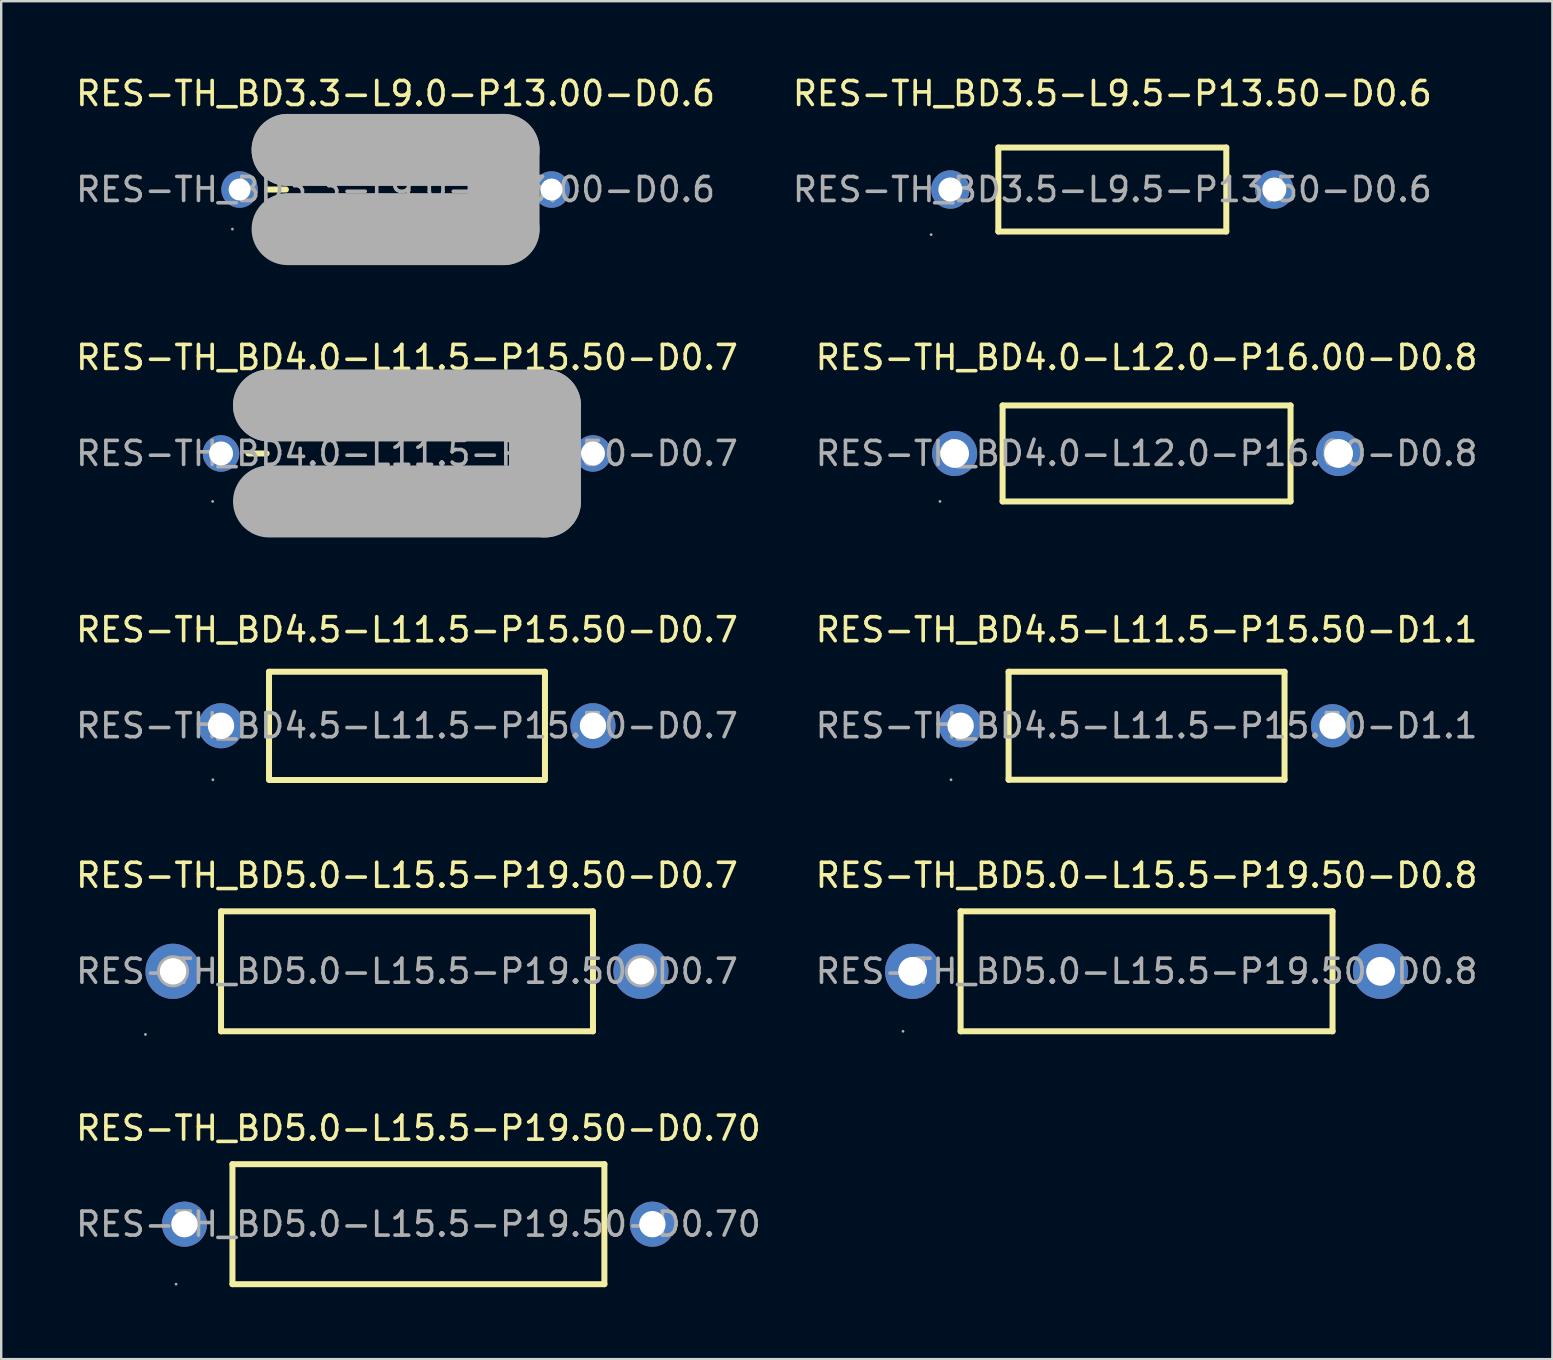
<source format=kicad_pcb>
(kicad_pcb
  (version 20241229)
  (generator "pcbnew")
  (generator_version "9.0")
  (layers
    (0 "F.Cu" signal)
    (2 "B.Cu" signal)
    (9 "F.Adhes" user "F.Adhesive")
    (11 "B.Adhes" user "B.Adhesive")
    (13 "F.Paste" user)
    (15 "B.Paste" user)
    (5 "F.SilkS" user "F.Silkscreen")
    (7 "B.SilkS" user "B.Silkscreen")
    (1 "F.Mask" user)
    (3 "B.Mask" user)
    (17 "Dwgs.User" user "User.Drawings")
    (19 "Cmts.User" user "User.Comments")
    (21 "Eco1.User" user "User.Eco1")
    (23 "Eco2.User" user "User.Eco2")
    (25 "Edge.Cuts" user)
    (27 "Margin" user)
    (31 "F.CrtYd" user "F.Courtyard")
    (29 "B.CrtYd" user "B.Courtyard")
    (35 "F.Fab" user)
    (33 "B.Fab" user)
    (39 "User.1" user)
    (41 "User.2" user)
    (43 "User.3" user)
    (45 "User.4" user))
  (footprint "RES-TH_BD4.5-L11.5-P15.50-D0.7"
    (layer "F.Cu")
    (at 13.911 27.195)
    (property "Reference" "RES-TH_BD4.5-L11.5-P15.50-D0.7" (at 0 -4 0) (layer "F.SilkS") (effects (font (size 1 1) (thickness 0.15))))
    (attr through_hole)
    (fp_line (start -5.75 -2.25) (end 5.75 -2.25) (stroke (width 0.25) (type solid)) (layer "F.SilkS"))
    (fp_line (start -5.75 2.25) (end -5.75 -2.25) (stroke (width 0.25) (type solid)) (layer "F.SilkS"))
    (fp_line (start 5.74 2.26) (end -5.74 2.26) (stroke (width 0.25) (type solid)) (layer "F.SilkS"))
    (fp_line (start 5.75 -2.25) (end 5.75 2.25) (stroke (width 0.25) (type solid)) (layer "F.SilkS"))
    (fp_circle (center -8.09 2.25) (end -8.06 2.25) (stroke (width 0.06) (type solid)) (fill no) (layer "F.Fab"))
    (fp_circle (center -7.75 0) (end -7.58 0) (stroke (width 0.34) (type solid)) (fill no) (layer "F.Fab"))
    (fp_circle (center 7.75 0) (end 7.92 0) (stroke (width 0.34) (type solid)) (fill no) (layer "F.Fab"))
    (fp_text user "${REFERENCE}" (at 0 0 0) (layer "F.Fab") (effects (font (size 1 1) (thickness 0.15))))
    (pad "1" thru_hole circle (at -7.75 0) (size 1.88 1.88) (drill 1.1) (layers "*.Cu" "*.Paste" "*.Mask"))
    (pad "2" thru_hole circle (at 7.75 0) (size 1.88 1.88) (drill 1.1) (layers "*.Cu" "*.Paste" "*.Mask")))
  (footprint "RES-TH_BD3.5-L9.5-P13.50-D0.6"
    (layer "F.Cu")
    (at 43.304 4.848)
    (property "Reference" "RES-TH_BD3.5-L9.5-P13.50-D0.6" (at 0 -4 0) (layer "F.SilkS") (effects (font (size 1 1) (thickness 0.15))))
    (attr through_hole)
    (fp_line (start -4.75 -1.75) (end 4.75 -1.75) (stroke (width 0.25) (type solid)) (layer "F.SilkS"))
    (fp_line (start -4.75 1.75) (end -4.75 -1.75) (stroke (width 0.25) (type solid)) (layer "F.SilkS"))
    (fp_line (start 4.75 1.75) (end -4.75 1.75) (stroke (width 0.25) (type solid)) (layer "F.SilkS"))
    (fp_line (start 4.75 1.75) (end 4.75 -1.75) (stroke (width 0.25) (type solid)) (layer "F.SilkS"))
    (fp_circle (center -7.55 1.88) (end -7.52 1.88) (stroke (width 0.06) (type solid)) (fill no) (layer "F.Fab"))
    (fp_circle (center -6.75 0) (end -6.55 0) (stroke (width 0.4) (type solid)) (fill no) (layer "F.Fab"))
    (fp_circle (center 6.75 0) (end 6.95 0) (stroke (width 0.4) (type solid)) (fill no) (layer "F.Fab"))
    (fp_text user "${REFERENCE}" (at 0 0 0) (layer "F.Fab") (effects (font (size 1 1) (thickness 0.15))))
    (pad "1" thru_hole circle (at -6.75 0) (size 1.6 1.6) (drill 1) (layers "*.Cu" "*.Paste" "*.Mask"))
    (pad "2" thru_hole circle (at 6.75 0) (size 1.6 1.6) (drill 1) (layers "*.Cu" "*.Paste" "*.Mask")))
  (footprint "RES-TH_BD4.0-L11.5-P15.50-D0.7"
    (layer "F.Cu")
    (at 13.911 15.847)
    (property "Reference" "RES-TH_BD4.0-L11.5-P15.50-D0.7" (at 0 -4 0) (layer "F.SilkS") (effects (font (size 1 1) (thickness 0.15))))
    (attr through_hole)
    (fp_line (start -5.85 0) (end -6.61 0) (stroke (width 0.25) (type solid)) (layer "F.SilkS"))
    (fp_line (start 5.84 0) (end 6.6 0) (stroke (width 0.25) (type solid)) (layer "F.SilkS"))
    (fp_line (start -5.75 -2) (end -5.75 -2) (stroke (width 3) (type solid)) (layer "F.Fab"))
    (fp_line (start -5.75 -2) (end 5.75 -2) (stroke (width 3) (type solid)) (layer "F.Fab"))
    (fp_line (start 5.75 -2) (end 5.75 2) (stroke (width 3) (type solid)) (layer "F.Fab"))
    (fp_line (start 5.75 2) (end -5.75 2) (stroke (width 3) (type solid)) (layer "F.Fab"))
    (fp_circle (center -8.1 2) (end -8.07 2) (stroke (width 0.06) (type solid)) (fill no) (layer "F.Fab"))
    (fp_circle (center -7.75 0) (end -7.57 0) (stroke (width 0.35) (type solid)) (fill no) (layer "F.Fab"))
    (fp_circle (center 7.75 0) (end 7.93 0) (stroke (width 0.35) (type solid)) (fill no) (layer "F.Fab"))
    (fp_text user "${REFERENCE}" (at 0 0 0) (layer "F.Fab") (effects (font (size 1 1) (thickness 0.15))))
    (pad "1" thru_hole circle (at -7.75 0) (size 1.52 1.52) (drill 1) (layers "*.Cu" "*.Paste" "*.Mask"))
    (pad "2" thru_hole circle (at 7.75 0) (size 1.52 1.52) (drill 1) (layers "*.Cu" "*.Paste" "*.Mask")))
  (footprint "RES-TH_BD4.5-L11.5-P15.50-D1.1"
    (layer "F.Cu")
    (at 44.732 27.195)
    (property "Reference" "RES-TH_BD4.5-L11.5-P15.50-D1.1" (at 0 -4 0) (layer "F.SilkS") (effects (font (size 1 1) (thickness 0.15))))
    (attr through_hole)
    (fp_line (start -5.75 -2.25) (end 5.75 -2.25) (stroke (width 0.25) (type solid)) (layer "F.SilkS"))
    (fp_line (start -5.75 2.25) (end -5.75 -2.25) (stroke (width 0.25) (type solid)) (layer "F.SilkS"))
    (fp_line (start -5.75 2.25) (end 5.75 2.25) (stroke (width 0.25) (type solid)) (layer "F.SilkS"))
    (fp_line (start 5.75 2.25) (end 5.75 -2.25) (stroke (width 0.25) (type solid)) (layer "F.SilkS"))
    (fp_circle (center -8.15 2.25) (end -8.12 2.25) (stroke (width 0.06) (type solid)) (fill no) (layer "F.Fab"))
    (fp_circle (center -7.75 0) (end -7.55 0) (stroke (width 0.4) (type solid)) (fill no) (layer "F.Fab"))
    (fp_circle (center 7.75 0) (end 7.95 0) (stroke (width 0.4) (type solid)) (fill no) (layer "F.Fab"))
    (fp_text user "${REFERENCE}" (at 0 0 0) (layer "F.Fab") (effects (font (size 1 1) (thickness 0.15))))
    (pad "1" thru_hole circle (at -7.75 0) (size 1.8 1.8) (drill 1.1) (layers "*.Cu" "*.Paste" "*.Mask"))
    (pad "2" thru_hole circle (at 7.75 0) (size 1.8 1.8) (drill 1.1) (layers "*.Cu" "*.Paste" "*.Mask")))
  (footprint "RES-TH_BD3.3-L9.0-P13.00-D0.6"
    (layer "F.Cu")
    (at 13.435 4.848)
    (property "Reference" "RES-TH_BD3.3-L9.0-P13.00-D0.6" (at 0 -4 0) (layer "F.SilkS") (effects (font (size 1 1) (thickness 0.15))))
    (attr through_hole)
    (fp_line (start -4.57 0) (end -5.34 0) (stroke (width 0.25) (type solid)) (layer "F.SilkS"))
    (fp_line (start 4.57 0) (end 5.33 0) (stroke (width 0.25) (type solid)) (layer "F.SilkS"))
    (fp_line (start -4.5 -1.65) (end -4.5 -1.65) (stroke (width 3) (type solid)) (layer "F.Fab"))
    (fp_line (start -4.5 -1.65) (end 4.5 -1.65) (stroke (width 3) (type solid)) (layer "F.Fab"))
    (fp_line (start 4.5 -1.65) (end 4.5 1.65) (stroke (width 3) (type solid)) (layer "F.Fab"))
    (fp_line (start 4.5 1.65) (end -4.5 1.65) (stroke (width 3) (type solid)) (layer "F.Fab"))
    (fp_circle (center -6.8 1.65) (end -6.77 1.65) (stroke (width 0.06) (type solid)) (fill no) (layer "F.Fab"))
    (fp_circle (center -6.5 0) (end -6.35 0) (stroke (width 0.3) (type solid)) (fill no) (layer "F.Fab"))
    (fp_circle (center 6.5 0) (end 6.65 0) (stroke (width 0.3) (type solid)) (fill no) (layer "F.Fab"))
    (fp_text user "${REFERENCE}" (at 0 0 0) (layer "F.Fab") (effects (font (size 1 1) (thickness 0.15))))
    (pad "1" thru_hole circle (at -6.5 0) (size 1.52 1.52) (drill 0.914) (layers "*.Cu" "*.Paste" "*.Mask"))
    (pad "2" thru_hole circle (at 6.5 0) (size 1.52 1.52) (drill 0.914) (layers "*.Cu" "*.Paste" "*.Mask")))
  (footprint "RES-TH_BD4.0-L12.0-P16.00-D0.8"
    (layer "F.Cu")
    (at 44.732 15.847)
    (property "Reference" "RES-TH_BD4.0-L12.0-P16.00-D0.8" (at 0 -4 0) (layer "F.SilkS") (effects (font (size 1 1) (thickness 0.15))))
    (attr through_hole)
    (fp_line (start -6 -2) (end 6 -2) (stroke (width 0.25) (type solid)) (layer "F.SilkS"))
    (fp_line (start -6 2) (end -6 -2) (stroke (width 0.25) (type solid)) (layer "F.SilkS"))
    (fp_line (start 6 -2) (end 6 2) (stroke (width 0.25) (type solid)) (layer "F.SilkS"))
    (fp_line (start 6 2) (end -6 2) (stroke (width 0.25) (type solid)) (layer "F.SilkS"))
    (fp_circle (center -8.61 2) (end -8.58 2) (stroke (width 0.06) (type solid)) (fill no) (layer "F.Fab"))
    (fp_circle (center -8.2 0) (end -8 0) (stroke (width 0.4) (type solid)) (fill no) (layer "F.Fab"))
    (fp_circle (center 8.2 0) (end 8.4 0) (stroke (width 0.4) (type solid)) (fill no) (layer "F.Fab"))
    (fp_text user "${REFERENCE}" (at 0 0 0) (layer "F.Fab") (effects (font (size 1 1) (thickness 0.15))))
    (pad "1" thru_hole circle (at -8 0) (size 1.88 1.88) (drill 1.2) (layers "*.Cu" "*.Paste" "*.Mask"))
    (pad "2" thru_hole circle (at 8 0) (size 1.88 1.88) (drill 1.2) (layers "*.Cu" "*.Paste" "*.Mask")))
  (footprint "RES-TH_BD5.0-L15.5-P19.50-D0.7"
    (layer "F.Cu")
    (at 13.911 37.428)
    (property "Reference" "RES-TH_BD5.0-L15.5-P19.50-D0.7" (at 0 -4 0) (layer "F.SilkS") (effects (font (size 1 1) (thickness 0.15))))
    (attr through_hole)
    (fp_line (start -7.75 -2.5) (end -7.75 2.5) (stroke (width 0.25) (type solid)) (layer "F.SilkS"))
    (fp_line (start -7.75 -2.5) (end 7.75 -2.5) (stroke (width 0.25) (type solid)) (layer "F.SilkS"))
    (fp_line (start -7.75 2.5) (end 7.75 2.5) (stroke (width 0.25) (type solid)) (layer "F.SilkS"))
    (fp_line (start 7.75 -2.5) (end 7.75 2.5) (stroke (width 0.25) (type solid)) (layer "F.SilkS"))
    (fp_circle (center -10.9 2.63) (end -10.87 2.63) (stroke (width 0.06) (type solid)) (fill no) (layer "F.Fab"))
    (fp_circle (center -9.75 0) (end -9.53 0) (stroke (width 0.45) (type solid)) (fill no) (layer "F.Fab"))
    (fp_circle (center 9.75 0) (end 9.97 0) (stroke (width 0.45) (type solid)) (fill no) (layer "F.Fab"))
    (fp_text user "${REFERENCE}" (at 0 0 0) (layer "F.Fab") (effects (font (size 1 1) (thickness 0.15))))
    (pad "1" thru_hole circle (at -9.75 0) (size 2.3 2.3) (drill 1.1) (layers "*.Cu" "*.Paste" "*.Mask"))
    (pad "2" thru_hole circle (at 9.75 0) (size 2.3 2.3) (drill 1.1) (layers "*.Cu" "*.Paste" "*.Mask")))
  (footprint "RES-TH_BD5.0-L15.5-P19.50-D0.70"
    (layer "F.Cu")
    (at 14.387 47.966)
    (property "Reference" "RES-TH_BD5.0-L15.5-P19.50-D0.70" (at 0 -4 0) (layer "F.SilkS") (effects (font (size 1 1) (thickness 0.15))))
    (attr through_hole)
    (fp_line (start -7.75 -2.5) (end 7.75 -2.5) (stroke (width 0.25) (type solid)) (layer "F.SilkS"))
    (fp_line (start -7.75 2.5) (end -7.75 -2.5) (stroke (width 0.25) (type solid)) (layer "F.SilkS"))
    (fp_line (start -7.75 2.5) (end 7.75 2.5) (stroke (width 0.25) (type solid)) (layer "F.SilkS"))
    (fp_line (start 7.75 2.5) (end 7.75 -2.5) (stroke (width 0.25) (type solid)) (layer "F.SilkS"))
    (fp_circle (center -10.1 2.5) (end -10.07 2.5) (stroke (width 0.06) (type solid)) (fill no) (layer "F.Fab"))
    (fp_circle (center -9.75 0) (end -9.57 0) (stroke (width 0.35) (type solid)) (fill no) (layer "F.Fab"))
    (fp_circle (center 9.75 0) (end 9.93 0) (stroke (width 0.35) (type solid)) (fill no) (layer "F.Fab"))
    (fp_text user "${REFERENCE}" (at 0 0 0) (layer "F.Fab") (effects (font (size 1 1) (thickness 0.15))))
    (pad "1" thru_hole circle (at -9.75 0) (size 1.88 1.88) (drill 1.1) (layers "*.Cu" "*.Paste" "*.Mask"))
    (pad "2" thru_hole circle (at 9.75 0) (size 1.88 1.88) (drill 1.1) (layers "*.Cu" "*.Paste" "*.Mask")))
  (footprint "RES-TH_BD5.0-L15.5-P19.50-D0.8"
    (layer "F.Cu")
    (at 44.732 37.428)
    (property "Reference" "RES-TH_BD5.0-L15.5-P19.50-D0.8" (at 0 -4 0) (layer "F.SilkS") (effects (font (size 1 1) (thickness 0.15))))
    (attr through_hole)
    (fp_line (start -7.75 -2.5) (end -7.75 2.5) (stroke (width 0.25) (type solid)) (layer "F.SilkS"))
    (fp_line (start -7.75 -2.5) (end 7.75 -2.5) (stroke (width 0.25) (type solid)) (layer "F.SilkS"))
    (fp_line (start -7.75 2.5) (end 7.75 2.5) (stroke (width 0.25) (type solid)) (layer "F.SilkS"))
    (fp_line (start 7.75 -2.5) (end 7.75 2.5) (stroke (width 0.25) (type solid)) (layer "F.SilkS"))
    (fp_circle (center -10.15 2.5) (end -10.12 2.5) (stroke (width 0.06) (type solid)) (fill no) (layer "F.Fab"))
    (fp_circle (center -9.75 0) (end -9.55 0) (stroke (width 0.4) (type solid)) (fill no) (layer "F.Fab"))
    (fp_circle (center 9.75 0) (end 9.95 0) (stroke (width 0.4) (type solid)) (fill no) (layer "F.Fab"))
    (fp_text user "${REFERENCE}" (at 0 0 0) (layer "F.Fab") (effects (font (size 1 1) (thickness 0.15))))
    (pad "1" thru_hole circle (at -9.75 0) (size 2.3 2.3) (drill 1.2) (layers "*.Cu" "*.Paste" "*.Mask"))
    (pad "2" thru_hole circle (at 9.75 0) (size 2.3 2.3) (drill 1.2) (layers "*.Cu" "*.Paste" "*.Mask")))
  (gr_rect
    (start -3 -3)
    (end 61.643 53.591)
    (stroke (width 0.1) (type default))
    (fill no)
    (layer "Edge.Cuts")))
</source>
